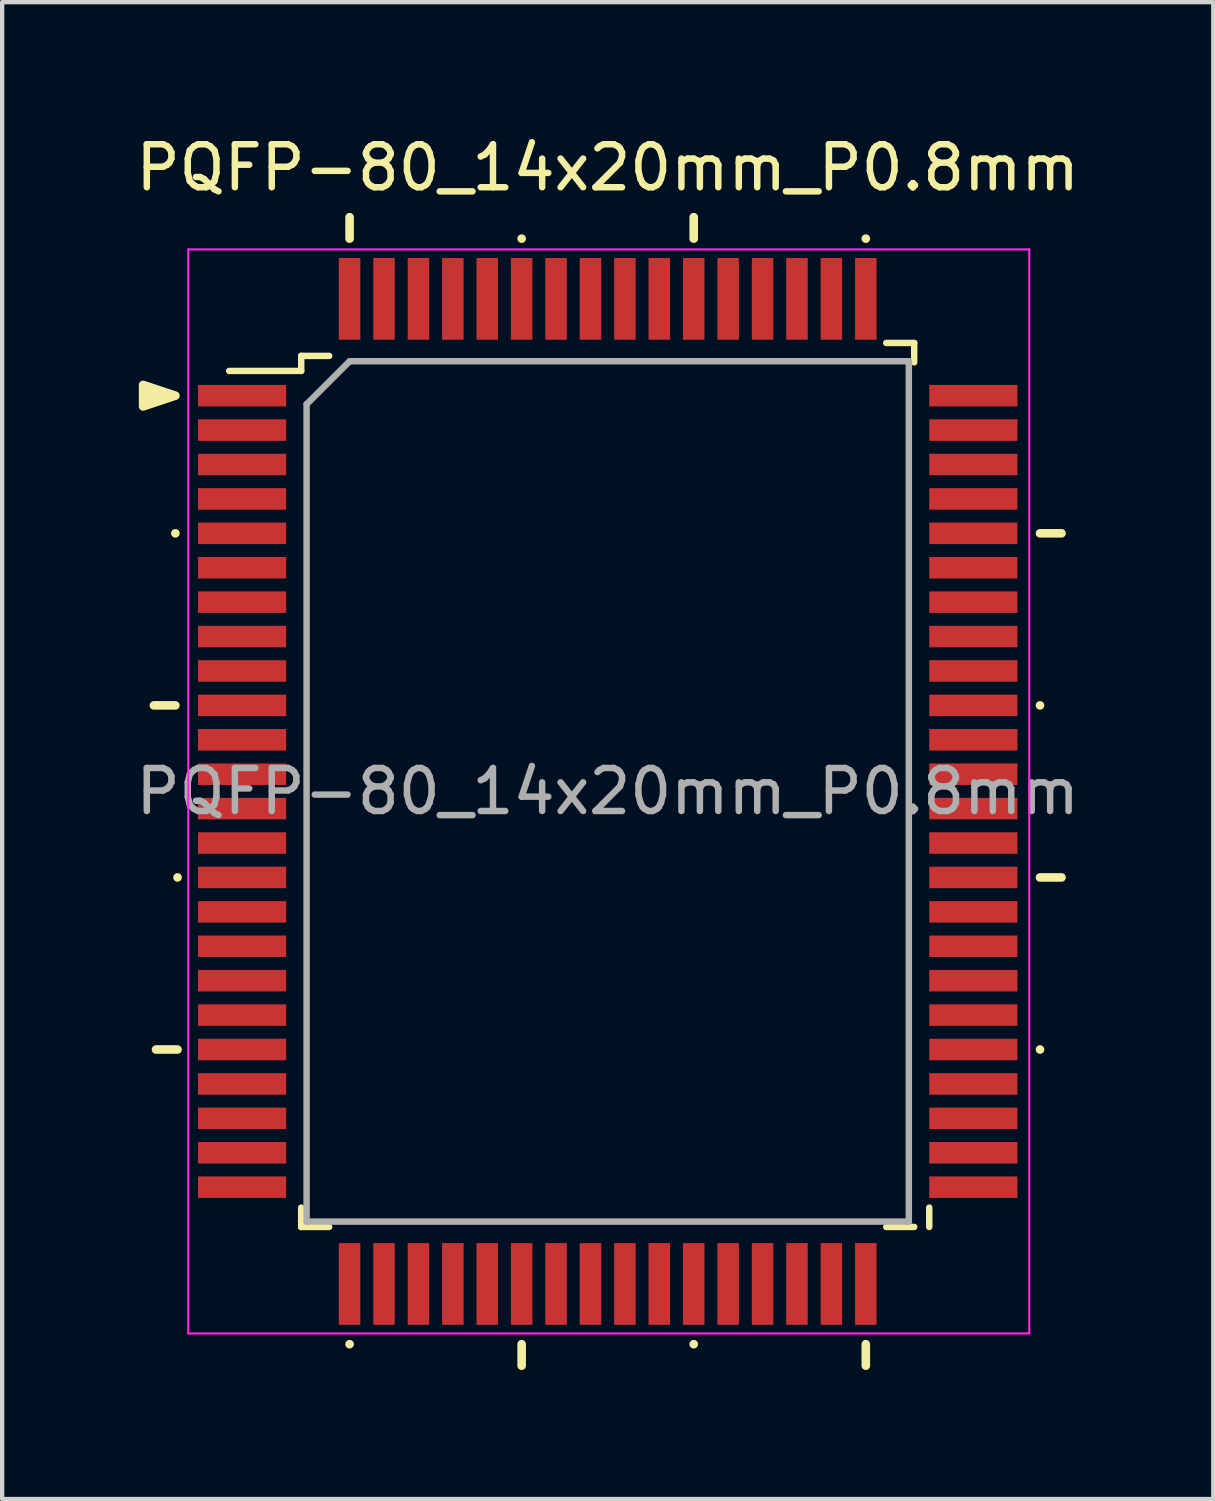
<source format=kicad_pcb>
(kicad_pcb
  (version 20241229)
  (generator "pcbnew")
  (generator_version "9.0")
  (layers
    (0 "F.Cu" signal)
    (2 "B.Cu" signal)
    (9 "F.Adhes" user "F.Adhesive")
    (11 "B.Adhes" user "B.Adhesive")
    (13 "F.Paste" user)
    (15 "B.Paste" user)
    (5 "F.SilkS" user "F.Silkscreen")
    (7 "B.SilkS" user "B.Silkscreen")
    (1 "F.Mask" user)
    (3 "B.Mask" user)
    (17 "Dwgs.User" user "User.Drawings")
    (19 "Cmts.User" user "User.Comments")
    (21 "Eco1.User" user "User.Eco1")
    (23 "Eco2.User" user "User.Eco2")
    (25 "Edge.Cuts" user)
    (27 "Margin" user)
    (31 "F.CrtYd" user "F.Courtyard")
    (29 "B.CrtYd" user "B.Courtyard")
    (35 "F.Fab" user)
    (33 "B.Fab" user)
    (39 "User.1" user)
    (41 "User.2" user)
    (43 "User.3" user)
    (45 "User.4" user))
  (footprint "PQFP-80_14x20mm_P0.8mm"
    (layer "F.Cu")
    (at 11.077 15.348)
    (property "Reference" "PQFP-80_14x20mm_P0.8mm" (at 0 -14.5 0) (layer "F.SilkS") (effects (font (size 1 1) (thickness 0.15))))
    (attr smd)
    (fp_line (start -10.05 -6) (end -10.05 -6) (stroke (width 0.2) (type default)) (layer "F.SilkS"))
    (fp_line (start -10.05 -2) (end -10.55 -2) (stroke (width 0.2) (type default)) (layer "F.SilkS"))
    (fp_line (start -10 2) (end -10 2) (stroke (width 0.2) (type default)) (layer "F.SilkS"))
    (fp_line (start -10 6) (end -10.5 6) (stroke (width 0.2) (type default)) (layer "F.SilkS"))
    (fp_line (start -7.125 -10.125) (end -7.125 -9.775) (stroke (width 0.15) (type solid)) (layer "F.SilkS"))
    (fp_line (start -7.125 -10.125) (end -6.475 -10.125) (stroke (width 0.15) (type solid)) (layer "F.SilkS"))
    (fp_line (start -7.125 -9.775) (end -8.8 -9.775) (stroke (width 0.15) (type solid)) (layer "F.SilkS"))
    (fp_line (start -7.125 10.125) (end -7.125 9.675) (stroke (width 0.15) (type solid)) (layer "F.SilkS"))
    (fp_line (start -7.125 10.125) (end -6.475 10.125) (stroke (width 0.15) (type solid)) (layer "F.SilkS"))
    (fp_line (start -6 -12.85) (end -6 -13.35) (stroke (width 0.2) (type default)) (layer "F.SilkS"))
    (fp_line (start -6 12.85) (end -6 12.85) (stroke (width 0.2) (type default)) (layer "F.SilkS"))
    (fp_line (start -2 -12.85) (end -2 -12.85) (stroke (width 0.2) (type default)) (layer "F.SilkS"))
    (fp_line (start -2 12.85) (end -2 13.35) (stroke (width 0.2) (type default)) (layer "F.SilkS"))
    (fp_line (start 2 -12.85) (end 2 -13.35) (stroke (width 0.2) (type default)) (layer "F.SilkS"))
    (fp_line (start 2 12.85) (end 2 12.85) (stroke (width 0.2) (type default)) (layer "F.SilkS"))
    (fp_line (start 6 -12.85) (end 6 -12.85) (stroke (width 0.2) (type default)) (layer "F.SilkS"))
    (fp_line (start 6 12.85) (end 6 13.35) (stroke (width 0.2) (type default)) (layer "F.SilkS"))
    (fp_line (start 7.125 -10.425) (end 6.475 -10.425) (stroke (width 0.15) (type solid)) (layer "F.SilkS"))
    (fp_line (start 7.125 -10.425) (end 7.125 -9.975) (stroke (width 0.15) (type solid)) (layer "F.SilkS"))
    (fp_line (start 7.125 10.125) (end 6.475 10.125) (stroke (width 0.15) (type solid)) (layer "F.SilkS"))
    (fp_line (start 7.475 10.125) (end 7.475 9.675) (stroke (width 0.15) (type solid)) (layer "F.SilkS"))
    (fp_line (start 10.05 -6) (end 10.55 -6) (stroke (width 0.2) (type default)) (layer "F.SilkS"))
    (fp_line (start 10.05 -2) (end 10.05 -2) (stroke (width 0.2) (type default)) (layer "F.SilkS"))
    (fp_line (start 10.05 2) (end 10.55 2) (stroke (width 0.2) (type default)) (layer "F.SilkS"))
    (fp_line (start 10.05 6) (end 10.05 6) (stroke (width 0.2) (type default)) (layer "F.SilkS"))
    (fp_poly (pts (xy -10.05 -9.2) (xy -10.8 -9.45) (xy -10.8 -8.95)) (stroke (width 0.2) (type solid)) (fill yes) (layer "F.SilkS"))
    (fp_line (start -9.75 -12.6) (end -9.75 12.6) (stroke (width 0.05) (type solid)) (layer "F.CrtYd"))
    (fp_line (start -9.75 -12.6) (end 9.8 -12.6) (stroke (width 0.05) (type solid)) (layer "F.CrtYd"))
    (fp_line (start -9.75 12.6) (end 9.8 12.6) (stroke (width 0.05) (type solid)) (layer "F.CrtYd"))
    (fp_line (start 9.8 -12.6) (end 9.8 12.6) (stroke (width 0.05) (type solid)) (layer "F.CrtYd"))
    (fp_line (start -7 -9) (end -6 -10) (stroke (width 0.15) (type solid)) (layer "F.Fab"))
    (fp_line (start -7 10) (end -7 -9) (stroke (width 0.15) (type solid)) (layer "F.Fab"))
    (fp_line (start -6 -10) (end 7 -10) (stroke (width 0.15) (type solid)) (layer "F.Fab"))
    (fp_line (start 7 -10) (end 7 10) (stroke (width 0.15) (type solid)) (layer "F.Fab"))
    (fp_line (start 7 10) (end -7 10) (stroke (width 0.15) (type solid)) (layer "F.Fab"))
    (fp_text user "${REFERENCE}" (at 0 0 0) (layer "F.Fab") (effects (font (size 1 1) (thickness 0.15))))
    (pad "1" smd rect (at -8.5 -9.2) (size 2.05 0.5) (layers "F.Cu" "F.Mask" "F.Paste"))
    (pad "2" smd rect (at -8.5 -8.4) (size 2.05 0.5) (layers "F.Cu" "F.Mask" "F.Paste"))
    (pad "3" smd rect (at -8.5 -7.6) (size 2.05 0.5) (layers "F.Cu" "F.Mask" "F.Paste"))
    (pad "4" smd rect (at -8.5 -6.8) (size 2.05 0.5) (layers "F.Cu" "F.Mask" "F.Paste"))
    (pad "5" smd rect (at -8.5 -6) (size 2.05 0.5) (layers "F.Cu" "F.Mask" "F.Paste"))
    (pad "6" smd rect (at -8.5 -5.2) (size 2.05 0.5) (layers "F.Cu" "F.Mask" "F.Paste"))
    (pad "7" smd rect (at -8.5 -4.4) (size 2.05 0.5) (layers "F.Cu" "F.Mask" "F.Paste"))
    (pad "8" smd rect (at -8.5 -3.6) (size 2.05 0.5) (layers "F.Cu" "F.Mask" "F.Paste"))
    (pad "9" smd rect (at -8.5 -2.8) (size 2.05 0.5) (layers "F.Cu" "F.Mask" "F.Paste"))
    (pad "10" smd rect (at -8.5 -2) (size 2.05 0.5) (layers "F.Cu" "F.Mask" "F.Paste"))
    (pad "11" smd rect (at -8.5 -1.2) (size 2.05 0.5) (layers "F.Cu" "F.Mask" "F.Paste"))
    (pad "12" smd rect (at -8.5 -0.4) (size 2.05 0.5) (layers "F.Cu" "F.Mask" "F.Paste"))
    (pad "13" smd rect (at -8.5 0.4) (size 2.05 0.5) (layers "F.Cu" "F.Mask" "F.Paste"))
    (pad "14" smd rect (at -8.5 1.2) (size 2.05 0.5) (layers "F.Cu" "F.Mask" "F.Paste"))
    (pad "15" smd rect (at -8.5 2) (size 2.05 0.5) (layers "F.Cu" "F.Mask" "F.Paste"))
    (pad "16" smd rect (at -8.5 2.8) (size 2.05 0.5) (layers "F.Cu" "F.Mask" "F.Paste"))
    (pad "17" smd rect (at -8.5 3.6) (size 2.05 0.5) (layers "F.Cu" "F.Mask" "F.Paste"))
    (pad "18" smd rect (at -8.5 4.4) (size 2.05 0.5) (layers "F.Cu" "F.Mask" "F.Paste"))
    (pad "19" smd rect (at -8.5 5.2) (size 2.05 0.5) (layers "F.Cu" "F.Mask" "F.Paste"))
    (pad "20" smd rect (at -8.5 6) (size 2.05 0.5) (layers "F.Cu" "F.Mask" "F.Paste"))
    (pad "21" smd rect (at -8.5 6.8) (size 2.05 0.5) (layers "F.Cu" "F.Mask" "F.Paste"))
    (pad "22" smd rect (at -8.5 7.6) (size 2.05 0.5) (layers "F.Cu" "F.Mask" "F.Paste"))
    (pad "23" smd rect (at -8.5 8.4) (size 2.05 0.5) (layers "F.Cu" "F.Mask" "F.Paste"))
    (pad "24" smd rect (at -8.5 9.2) (size 2.05 0.5) (layers "F.Cu" "F.Mask" "F.Paste"))
    (pad "25" smd rect (at -6 11.45 90) (size 1.9 0.5) (layers "F.Cu" "F.Mask" "F.Paste"))
    (pad "26" smd rect (at -5.2 11.45 90) (size 1.9 0.5) (layers "F.Cu" "F.Mask" "F.Paste"))
    (pad "27" smd rect (at -4.4 11.45 90) (size 1.9 0.5) (layers "F.Cu" "F.Mask" "F.Paste"))
    (pad "28" smd rect (at -3.6 11.45 90) (size 1.9 0.5) (layers "F.Cu" "F.Mask" "F.Paste"))
    (pad "29" smd rect (at -2.8 11.45 90) (size 1.9 0.5) (layers "F.Cu" "F.Mask" "F.Paste"))
    (pad "30" smd rect (at -2 11.45 90) (size 1.9 0.5) (layers "F.Cu" "F.Mask" "F.Paste"))
    (pad "31" smd rect (at -1.2 11.45 90) (size 1.9 0.5) (layers "F.Cu" "F.Mask" "F.Paste"))
    (pad "32" smd rect (at -0.4 11.45 90) (size 1.9 0.5) (layers "F.Cu" "F.Mask" "F.Paste"))
    (pad "33" smd rect (at 0.4 11.45 90) (size 1.9 0.5) (layers "F.Cu" "F.Mask" "F.Paste"))
    (pad "34" smd rect (at 1.2 11.45 90) (size 1.9 0.5) (layers "F.Cu" "F.Mask" "F.Paste"))
    (pad "35" smd rect (at 2 11.45 90) (size 1.9 0.5) (layers "F.Cu" "F.Mask" "F.Paste"))
    (pad "36" smd rect (at 2.8 11.45 90) (size 1.9 0.5) (layers "F.Cu" "F.Mask" "F.Paste"))
    (pad "37" smd rect (at 3.6 11.45 90) (size 1.9 0.5) (layers "F.Cu" "F.Mask" "F.Paste"))
    (pad "38" smd rect (at 4.4 11.45 90) (size 1.9 0.5) (layers "F.Cu" "F.Mask" "F.Paste"))
    (pad "39" smd rect (at 5.2 11.45 90) (size 1.9 0.5) (layers "F.Cu" "F.Mask" "F.Paste"))
    (pad "40" smd rect (at 6 11.45 90) (size 1.9 0.5) (layers "F.Cu" "F.Mask" "F.Paste"))
    (pad "41" smd rect (at 8.5 9.2) (size 2.05 0.5) (layers "F.Cu" "F.Mask" "F.Paste"))
    (pad "42" smd rect (at 8.5 8.4) (size 2.05 0.5) (layers "F.Cu" "F.Mask" "F.Paste"))
    (pad "43" smd rect (at 8.5 7.6) (size 2.05 0.5) (layers "F.Cu" "F.Mask" "F.Paste"))
    (pad "44" smd rect (at 8.5 6.8) (size 2.05 0.5) (layers "F.Cu" "F.Mask" "F.Paste"))
    (pad "45" smd rect (at 8.5 6) (size 2.05 0.5) (layers "F.Cu" "F.Mask" "F.Paste"))
    (pad "46" smd rect (at 8.5 5.2) (size 2.05 0.5) (layers "F.Cu" "F.Mask" "F.Paste"))
    (pad "47" smd rect (at 8.5 4.4) (size 2.05 0.5) (layers "F.Cu" "F.Mask" "F.Paste"))
    (pad "48" smd rect (at 8.5 3.6) (size 2.05 0.5) (layers "F.Cu" "F.Mask" "F.Paste"))
    (pad "49" smd rect (at 8.5 2.8) (size 2.05 0.5) (layers "F.Cu" "F.Mask" "F.Paste"))
    (pad "50" smd rect (at 8.5 2) (size 2.05 0.5) (layers "F.Cu" "F.Mask" "F.Paste"))
    (pad "51" smd rect (at 8.5 1.2) (size 2.05 0.5) (layers "F.Cu" "F.Mask" "F.Paste"))
    (pad "52" smd rect (at 8.5 0.4) (size 2.05 0.5) (layers "F.Cu" "F.Mask" "F.Paste"))
    (pad "53" smd rect (at 8.5 -0.4) (size 2.05 0.5) (layers "F.Cu" "F.Mask" "F.Paste"))
    (pad "54" smd rect (at 8.5 -1.2) (size 2.05 0.5) (layers "F.Cu" "F.Mask" "F.Paste"))
    (pad "55" smd rect (at 8.5 -2) (size 2.05 0.5) (layers "F.Cu" "F.Mask" "F.Paste"))
    (pad "56" smd rect (at 8.5 -2.8) (size 2.05 0.5) (layers "F.Cu" "F.Mask" "F.Paste"))
    (pad "57" smd rect (at 8.5 -3.6) (size 2.05 0.5) (layers "F.Cu" "F.Mask" "F.Paste"))
    (pad "58" smd rect (at 8.5 -4.4) (size 2.05 0.5) (layers "F.Cu" "F.Mask" "F.Paste"))
    (pad "59" smd rect (at 8.5 -5.2) (size 2.05 0.5) (layers "F.Cu" "F.Mask" "F.Paste"))
    (pad "60" smd rect (at 8.5 -6) (size 2.05 0.5) (layers "F.Cu" "F.Mask" "F.Paste"))
    (pad "61" smd rect (at 8.5 -6.8) (size 2.05 0.5) (layers "F.Cu" "F.Mask" "F.Paste"))
    (pad "62" smd rect (at 8.5 -7.6) (size 2.05 0.5) (layers "F.Cu" "F.Mask" "F.Paste"))
    (pad "63" smd rect (at 8.5 -8.4) (size 2.05 0.5) (layers "F.Cu" "F.Mask" "F.Paste"))
    (pad "64" smd rect (at 8.5 -9.2) (size 2.05 0.5) (layers "F.Cu" "F.Mask" "F.Paste"))
    (pad "65" smd rect (at 6 -11.45 90) (size 1.9 0.5) (layers "F.Cu" "F.Mask" "F.Paste"))
    (pad "66" smd rect (at 5.2 -11.45 90) (size 1.9 0.5) (layers "F.Cu" "F.Mask" "F.Paste"))
    (pad "67" smd rect (at 4.4 -11.45 90) (size 1.9 0.5) (layers "F.Cu" "F.Mask" "F.Paste"))
    (pad "68" smd rect (at 3.6 -11.45 90) (size 1.9 0.5) (layers "F.Cu" "F.Mask" "F.Paste"))
    (pad "69" smd rect (at 2.8 -11.45 90) (size 1.9 0.5) (layers "F.Cu" "F.Mask" "F.Paste"))
    (pad "70" smd rect (at 2 -11.45 90) (size 1.9 0.5) (layers "F.Cu" "F.Mask" "F.Paste"))
    (pad "71" smd rect (at 1.2 -11.45 90) (size 1.9 0.5) (layers "F.Cu" "F.Mask" "F.Paste"))
    (pad "72" smd rect (at 0.4 -11.45 90) (size 1.9 0.5) (layers "F.Cu" "F.Mask" "F.Paste"))
    (pad "73" smd rect (at -0.4 -11.45 90) (size 1.9 0.5) (layers "F.Cu" "F.Mask" "F.Paste"))
    (pad "74" smd rect (at -1.2 -11.45 90) (size 1.9 0.5) (layers "F.Cu" "F.Mask" "F.Paste"))
    (pad "75" smd rect (at -2 -11.45 90) (size 1.9 0.5) (layers "F.Cu" "F.Mask" "F.Paste"))
    (pad "76" smd rect (at -2.8 -11.45 90) (size 1.9 0.5) (layers "F.Cu" "F.Mask" "F.Paste"))
    (pad "77" smd rect (at -3.6 -11.45 90) (size 1.9 0.5) (layers "F.Cu" "F.Mask" "F.Paste"))
    (pad "78" smd rect (at -4.4 -11.45 90) (size 1.9 0.5) (layers "F.Cu" "F.Mask" "F.Paste"))
    (pad "79" smd rect (at -5.2 -11.45 90) (size 1.9 0.5) (layers "F.Cu" "F.Mask" "F.Paste"))
    (pad "80" smd rect (at -6 -11.45 90) (size 1.9 0.5) (layers "F.Cu" "F.Mask" "F.Paste")))
  (gr_rect
    (start -3 -3)
    (end 25.155 31.798)
    (stroke (width 0.1) (type default))
    (fill no)
    (layer "Edge.Cuts")))
</source>
